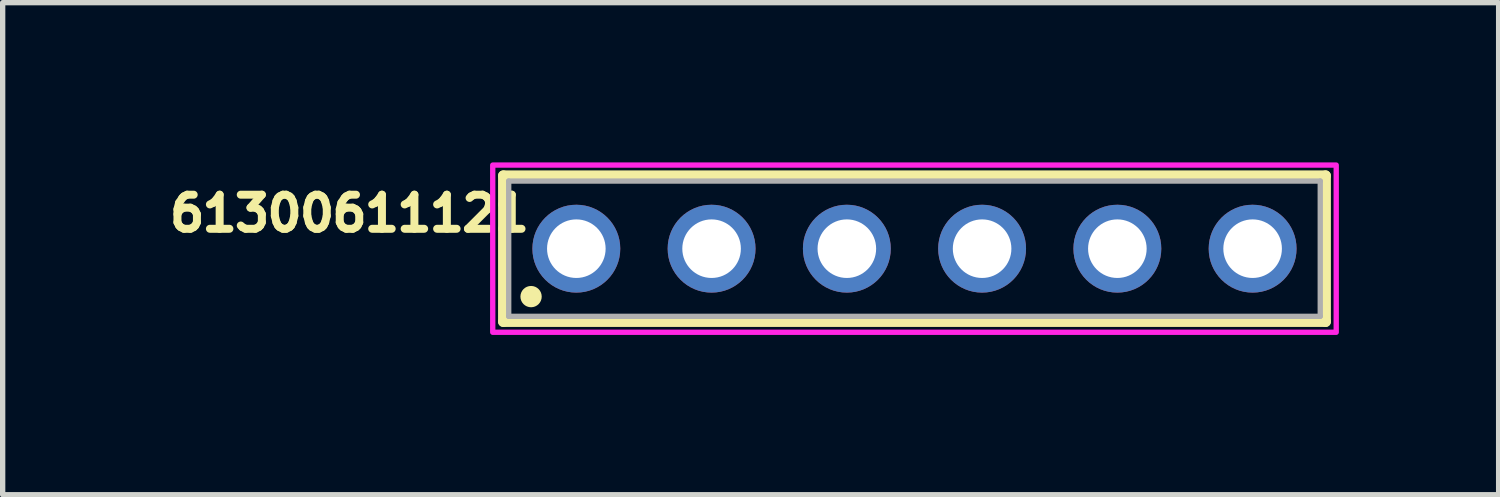
<source format=kicad_pcb>
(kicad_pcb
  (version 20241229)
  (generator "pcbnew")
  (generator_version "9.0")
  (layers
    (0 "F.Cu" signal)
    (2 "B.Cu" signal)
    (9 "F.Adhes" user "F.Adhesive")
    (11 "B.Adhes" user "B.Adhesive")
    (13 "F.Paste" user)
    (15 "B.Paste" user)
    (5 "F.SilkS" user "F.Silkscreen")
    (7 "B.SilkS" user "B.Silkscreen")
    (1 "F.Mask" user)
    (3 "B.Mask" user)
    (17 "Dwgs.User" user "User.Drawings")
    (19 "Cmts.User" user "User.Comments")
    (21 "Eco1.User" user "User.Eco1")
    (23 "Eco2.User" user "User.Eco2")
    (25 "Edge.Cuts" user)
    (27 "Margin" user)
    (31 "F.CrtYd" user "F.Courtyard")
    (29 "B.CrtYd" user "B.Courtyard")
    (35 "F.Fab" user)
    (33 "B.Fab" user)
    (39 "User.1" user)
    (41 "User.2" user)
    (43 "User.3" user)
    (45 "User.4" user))
  (footprint "61300611121"
    (layer "F.Cu")
    (at 14.123 1.62)
    (property "Reference" "61300611121" (at -10.61 -0.662 0) (layer "F.SilkS") (effects (font (size 0.64 0.64) (thickness 0.15))))
    (attr through_hole)
    (fp_line (start -7.72 -1.37) (end 7.72 -1.37) (stroke (width 0.2) (type solid)) (layer "F.SilkS"))
    (fp_line (start -7.72 1.37) (end -7.72 -1.37) (stroke (width 0.2) (type solid)) (layer "F.SilkS"))
    (fp_line (start 7.72 -1.37) (end 7.72 1.37) (stroke (width 0.2) (type solid)) (layer "F.SilkS"))
    (fp_line (start 7.72 1.37) (end -7.72 1.37) (stroke (width 0.2) (type solid)) (layer "F.SilkS"))
    (fp_circle (center -7.2 0.9) (end -7.1 0.9) (stroke (width 0.2) (type solid)) (fill no) (layer "F.SilkS"))
    (fp_poly (pts (xy -7.92 -1.57) (xy 7.92 -1.57) (xy 7.92 1.57) (xy -7.92 1.57)) (stroke (width 0.1) (type solid)) (fill no) (layer "F.CrtYd"))
    (fp_line (start -7.62 -1.27) (end -7.62 1.27) (stroke (width 0.1) (type solid)) (layer "F.Fab"))
    (fp_line (start -7.62 1.27) (end 7.62 1.27) (stroke (width 0.1) (type solid)) (layer "F.Fab"))
    (fp_line (start 7.62 -1.27) (end -7.62 -1.27) (stroke (width 0.1) (type solid)) (layer "F.Fab"))
    (fp_line (start 7.62 1.27) (end 7.62 -1.27) (stroke (width 0.1) (type solid)) (layer "F.Fab"))
    (pad "1" thru_hole circle (at -6.35 0) (size 1.65 1.65) (drill 1.1) (layers "*.Cu" "*.Mask"))
    (pad "2" thru_hole circle (at -3.81 0) (size 1.65 1.65) (drill 1.1) (layers "*.Cu" "*.Mask"))
    (pad "3" thru_hole circle (at -1.27 0) (size 1.65 1.65) (drill 1.1) (layers "*.Cu" "*.Mask"))
    (pad "4" thru_hole circle (at 1.27 0) (size 1.65 1.65) (drill 1.1) (layers "*.Cu" "*.Mask"))
    (pad "5" thru_hole circle (at 3.81 0) (size 1.65 1.65) (drill 1.1) (layers "*.Cu" "*.Mask"))
    (pad "6" thru_hole circle (at 6.35 0) (size 1.65 1.65) (drill 1.1) (layers "*.Cu" "*.Mask")))
  (gr_rect
    (start -3 -3)
    (end 25.093 6.24)
    (stroke (width 0.1) (type default))
    (fill no)
    (layer "Edge.Cuts")))
</source>
